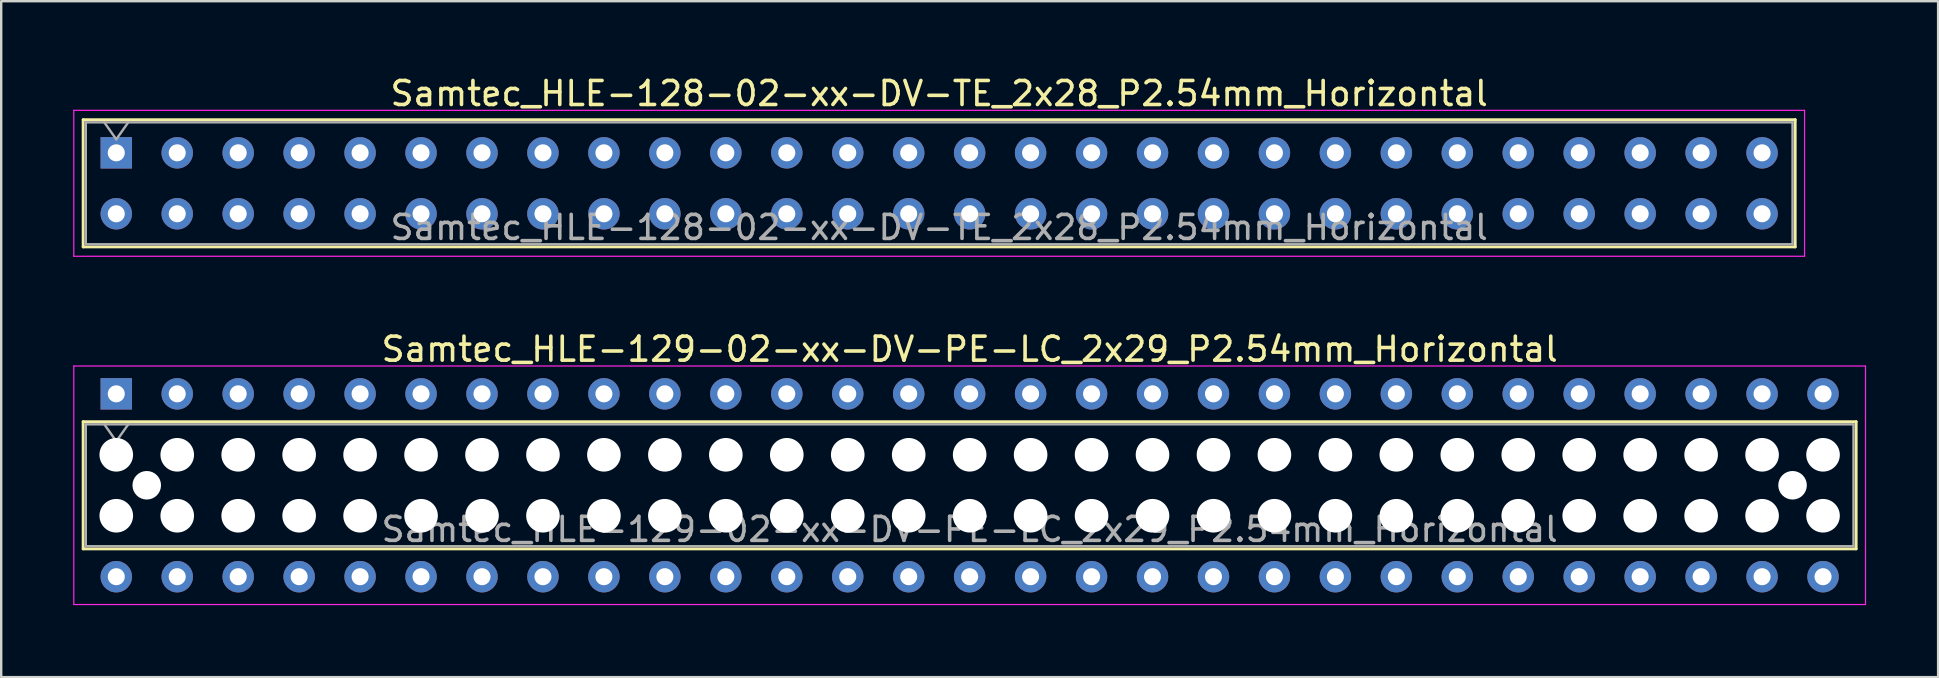
<source format=kicad_pcb>
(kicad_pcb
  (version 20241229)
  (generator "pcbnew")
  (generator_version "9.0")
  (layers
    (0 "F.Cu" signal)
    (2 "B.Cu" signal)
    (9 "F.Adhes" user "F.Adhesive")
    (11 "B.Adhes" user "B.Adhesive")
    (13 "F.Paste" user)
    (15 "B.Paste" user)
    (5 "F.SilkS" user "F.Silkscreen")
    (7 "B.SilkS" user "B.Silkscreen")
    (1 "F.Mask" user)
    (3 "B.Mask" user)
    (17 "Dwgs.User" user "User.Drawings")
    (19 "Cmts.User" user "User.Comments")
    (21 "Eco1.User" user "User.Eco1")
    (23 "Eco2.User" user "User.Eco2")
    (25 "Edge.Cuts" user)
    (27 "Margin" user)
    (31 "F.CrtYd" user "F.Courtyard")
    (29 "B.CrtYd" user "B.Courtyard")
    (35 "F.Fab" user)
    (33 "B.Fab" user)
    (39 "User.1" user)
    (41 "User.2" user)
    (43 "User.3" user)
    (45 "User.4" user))
  (footprint "Samtec_HLE-128-02-xx-DV-TE_2x28_P2.54mm_Horizontal"
    (layer "F.Cu")
    (at 1.795 3.318)
    (property "Reference" "Samtec_HLE-128-02-xx-DV-TE_2x28_P2.54mm_Horizontal" (at 34.29 -2.47 0) (layer "F.SilkS") (effects (font (size 1 1) (thickness 0.15))))
    (attr through_hole)
    (fp_line (start -1.38 -1.38) (end 69.96 -1.38) (stroke (width 0.12) (type solid)) (layer "F.SilkS"))
    (fp_line (start -1.38 3.92) (end -1.38 -1.38) (stroke (width 0.12) (type solid)) (layer "F.SilkS"))
    (fp_line (start 69.96 -1.38) (end 69.96 3.92) (stroke (width 0.12) (type solid)) (layer "F.SilkS"))
    (fp_line (start 69.96 3.92) (end -1.38 3.92) (stroke (width 0.12) (type solid)) (layer "F.SilkS"))
    (fp_line (start -1.77 -1.77) (end 70.35 -1.77) (stroke (width 0.05) (type solid)) (layer "F.CrtYd"))
    (fp_line (start -1.77 4.31) (end -1.77 -1.77) (stroke (width 0.05) (type solid)) (layer "F.CrtYd"))
    (fp_line (start 70.35 -1.77) (end 70.35 4.31) (stroke (width 0.05) (type solid)) (layer "F.CrtYd"))
    (fp_line (start 70.35 4.31) (end -1.77 4.31) (stroke (width 0.05) (type solid)) (layer "F.CrtYd"))
    (fp_line (start -1.27 -1.27) (end 69.85 -1.27) (stroke (width 0.1) (type solid)) (layer "F.Fab"))
    (fp_line (start -1.27 3.81) (end -1.27 -1.27) (stroke (width 0.1) (type solid)) (layer "F.Fab"))
    (fp_line (start -0.5 -1.27) (end 0 -0.563) (stroke (width 0.1) (type solid)) (layer "F.Fab"))
    (fp_line (start 0 -0.563) (end 0.5 -1.27) (stroke (width 0.1) (type solid)) (layer "F.Fab"))
    (fp_line (start 69.85 -1.27) (end 69.85 3.81) (stroke (width 0.1) (type solid)) (layer "F.Fab"))
    (fp_line (start 69.85 3.81) (end -1.27 3.81) (stroke (width 0.1) (type solid)) (layer "F.Fab"))
    (fp_text user "${REFERENCE}" (at 34.29 3.11 0) (layer "F.Fab") (effects (font (size 1 1) (thickness 0.15))))
    (pad "1" thru_hole rect (at 0 0) (size 1.31 1.31) (drill 0.71) (layers "*.Cu" "*.Mask"))
    (pad "2" thru_hole circle (at 0 2.54) (size 1.31 1.31) (drill 0.71) (layers "*.Cu" "*.Mask"))
    (pad "3" thru_hole circle (at 2.54 0) (size 1.31 1.31) (drill 0.71) (layers "*.Cu" "*.Mask"))
    (pad "4" thru_hole circle (at 2.54 2.54) (size 1.31 1.31) (drill 0.71) (layers "*.Cu" "*.Mask"))
    (pad "5" thru_hole circle (at 5.08 0) (size 1.31 1.31) (drill 0.71) (layers "*.Cu" "*.Mask"))
    (pad "6" thru_hole circle (at 5.08 2.54) (size 1.31 1.31) (drill 0.71) (layers "*.Cu" "*.Mask"))
    (pad "7" thru_hole circle (at 7.62 0) (size 1.31 1.31) (drill 0.71) (layers "*.Cu" "*.Mask"))
    (pad "8" thru_hole circle (at 7.62 2.54) (size 1.31 1.31) (drill 0.71) (layers "*.Cu" "*.Mask"))
    (pad "9" thru_hole circle (at 10.16 0) (size 1.31 1.31) (drill 0.71) (layers "*.Cu" "*.Mask"))
    (pad "10" thru_hole circle (at 10.16 2.54) (size 1.31 1.31) (drill 0.71) (layers "*.Cu" "*.Mask"))
    (pad "11" thru_hole circle (at 12.7 0) (size 1.31 1.31) (drill 0.71) (layers "*.Cu" "*.Mask"))
    (pad "12" thru_hole circle (at 12.7 2.54) (size 1.31 1.31) (drill 0.71) (layers "*.Cu" "*.Mask"))
    (pad "13" thru_hole circle (at 15.24 0) (size 1.31 1.31) (drill 0.71) (layers "*.Cu" "*.Mask"))
    (pad "14" thru_hole circle (at 15.24 2.54) (size 1.31 1.31) (drill 0.71) (layers "*.Cu" "*.Mask"))
    (pad "15" thru_hole circle (at 17.78 0) (size 1.31 1.31) (drill 0.71) (layers "*.Cu" "*.Mask"))
    (pad "16" thru_hole circle (at 17.78 2.54) (size 1.31 1.31) (drill 0.71) (layers "*.Cu" "*.Mask"))
    (pad "17" thru_hole circle (at 20.32 0) (size 1.31 1.31) (drill 0.71) (layers "*.Cu" "*.Mask"))
    (pad "18" thru_hole circle (at 20.32 2.54) (size 1.31 1.31) (drill 0.71) (layers "*.Cu" "*.Mask"))
    (pad "19" thru_hole circle (at 22.86 0) (size 1.31 1.31) (drill 0.71) (layers "*.Cu" "*.Mask"))
    (pad "20" thru_hole circle (at 22.86 2.54) (size 1.31 1.31) (drill 0.71) (layers "*.Cu" "*.Mask"))
    (pad "21" thru_hole circle (at 25.4 0) (size 1.31 1.31) (drill 0.71) (layers "*.Cu" "*.Mask"))
    (pad "22" thru_hole circle (at 25.4 2.54) (size 1.31 1.31) (drill 0.71) (layers "*.Cu" "*.Mask"))
    (pad "23" thru_hole circle (at 27.94 0) (size 1.31 1.31) (drill 0.71) (layers "*.Cu" "*.Mask"))
    (pad "24" thru_hole circle (at 27.94 2.54) (size 1.31 1.31) (drill 0.71) (layers "*.Cu" "*.Mask"))
    (pad "25" thru_hole circle (at 30.48 0) (size 1.31 1.31) (drill 0.71) (layers "*.Cu" "*.Mask"))
    (pad "26" thru_hole circle (at 30.48 2.54) (size 1.31 1.31) (drill 0.71) (layers "*.Cu" "*.Mask"))
    (pad "27" thru_hole circle (at 33.02 0) (size 1.31 1.31) (drill 0.71) (layers "*.Cu" "*.Mask"))
    (pad "28" thru_hole circle (at 33.02 2.54) (size 1.31 1.31) (drill 0.71) (layers "*.Cu" "*.Mask"))
    (pad "29" thru_hole circle (at 35.56 0) (size 1.31 1.31) (drill 0.71) (layers "*.Cu" "*.Mask"))
    (pad "30" thru_hole circle (at 35.56 2.54) (size 1.31 1.31) (drill 0.71) (layers "*.Cu" "*.Mask"))
    (pad "31" thru_hole circle (at 38.1 0) (size 1.31 1.31) (drill 0.71) (layers "*.Cu" "*.Mask"))
    (pad "32" thru_hole circle (at 38.1 2.54) (size 1.31 1.31) (drill 0.71) (layers "*.Cu" "*.Mask"))
    (pad "33" thru_hole circle (at 40.64 0) (size 1.31 1.31) (drill 0.71) (layers "*.Cu" "*.Mask"))
    (pad "34" thru_hole circle (at 40.64 2.54) (size 1.31 1.31) (drill 0.71) (layers "*.Cu" "*.Mask"))
    (pad "35" thru_hole circle (at 43.18 0) (size 1.31 1.31) (drill 0.71) (layers "*.Cu" "*.Mask"))
    (pad "36" thru_hole circle (at 43.18 2.54) (size 1.31 1.31) (drill 0.71) (layers "*.Cu" "*.Mask"))
    (pad "37" thru_hole circle (at 45.72 0) (size 1.31 1.31) (drill 0.71) (layers "*.Cu" "*.Mask"))
    (pad "38" thru_hole circle (at 45.72 2.54) (size 1.31 1.31) (drill 0.71) (layers "*.Cu" "*.Mask"))
    (pad "39" thru_hole circle (at 48.26 0) (size 1.31 1.31) (drill 0.71) (layers "*.Cu" "*.Mask"))
    (pad "40" thru_hole circle (at 48.26 2.54) (size 1.31 1.31) (drill 0.71) (layers "*.Cu" "*.Mask"))
    (pad "41" thru_hole circle (at 50.8 0) (size 1.31 1.31) (drill 0.71) (layers "*.Cu" "*.Mask"))
    (pad "42" thru_hole circle (at 50.8 2.54) (size 1.31 1.31) (drill 0.71) (layers "*.Cu" "*.Mask"))
    (pad "43" thru_hole circle (at 53.34 0) (size 1.31 1.31) (drill 0.71) (layers "*.Cu" "*.Mask"))
    (pad "44" thru_hole circle (at 53.34 2.54) (size 1.31 1.31) (drill 0.71) (layers "*.Cu" "*.Mask"))
    (pad "45" thru_hole circle (at 55.88 0) (size 1.31 1.31) (drill 0.71) (layers "*.Cu" "*.Mask"))
    (pad "46" thru_hole circle (at 55.88 2.54) (size 1.31 1.31) (drill 0.71) (layers "*.Cu" "*.Mask"))
    (pad "47" thru_hole circle (at 58.42 0) (size 1.31 1.31) (drill 0.71) (layers "*.Cu" "*.Mask"))
    (pad "48" thru_hole circle (at 58.42 2.54) (size 1.31 1.31) (drill 0.71) (layers "*.Cu" "*.Mask"))
    (pad "49" thru_hole circle (at 60.96 0) (size 1.31 1.31) (drill 0.71) (layers "*.Cu" "*.Mask"))
    (pad "50" thru_hole circle (at 60.96 2.54) (size 1.31 1.31) (drill 0.71) (layers "*.Cu" "*.Mask"))
    (pad "51" thru_hole circle (at 63.5 0) (size 1.31 1.31) (drill 0.71) (layers "*.Cu" "*.Mask"))
    (pad "52" thru_hole circle (at 63.5 2.54) (size 1.31 1.31) (drill 0.71) (layers "*.Cu" "*.Mask"))
    (pad "53" thru_hole circle (at 66.04 0) (size 1.31 1.31) (drill 0.71) (layers "*.Cu" "*.Mask"))
    (pad "54" thru_hole circle (at 66.04 2.54) (size 1.31 1.31) (drill 0.71) (layers "*.Cu" "*.Mask"))
    (pad "55" thru_hole circle (at 68.58 0) (size 1.31 1.31) (drill 0.71) (layers "*.Cu" "*.Mask"))
    (pad "56" thru_hole circle (at 68.58 2.54) (size 1.31 1.31) (drill 0.71) (layers "*.Cu" "*.Mask")))
  (footprint "Samtec_HLE-129-02-xx-DV-PE-LC_2x29_P2.54mm_Horizontal"
    (layer "F.Cu")
    (at 1.795 13.361)
    (property "Reference" "Samtec_HLE-129-02-xx-DV-PE-LC_2x29_P2.54mm_Horizontal" (at 35.56 -1.86 0) (layer "F.SilkS") (effects (font (size 1 1) (thickness 0.15))))
    (attr through_hole)
    (fp_line (start -1.38 1.16) (end 72.5 1.16) (stroke (width 0.12) (type solid)) (layer "F.SilkS"))
    (fp_line (start -1.38 6.46) (end -1.38 1.16) (stroke (width 0.12) (type solid)) (layer "F.SilkS"))
    (fp_line (start 72.5 1.16) (end 72.5 6.46) (stroke (width 0.12) (type solid)) (layer "F.SilkS"))
    (fp_line (start 72.5 6.46) (end -1.38 6.46) (stroke (width 0.12) (type solid)) (layer "F.SilkS"))
    (fp_line (start -1.77 -1.16) (end 72.89 -1.16) (stroke (width 0.05) (type solid)) (layer "F.CrtYd"))
    (fp_line (start -1.77 8.78) (end -1.77 -1.16) (stroke (width 0.05) (type solid)) (layer "F.CrtYd"))
    (fp_line (start 72.89 -1.16) (end 72.89 8.78) (stroke (width 0.05) (type solid)) (layer "F.CrtYd"))
    (fp_line (start 72.89 8.78) (end -1.77 8.78) (stroke (width 0.05) (type solid)) (layer "F.CrtYd"))
    (fp_line (start -1.27 1.27) (end 72.39 1.27) (stroke (width 0.1) (type solid)) (layer "F.Fab"))
    (fp_line (start -1.27 6.35) (end -1.27 1.27) (stroke (width 0.1) (type solid)) (layer "F.Fab"))
    (fp_line (start -0.5 1.27) (end 0 1.977) (stroke (width 0.1) (type solid)) (layer "F.Fab"))
    (fp_line (start 0 1.977) (end 0.5 1.27) (stroke (width 0.1) (type solid)) (layer "F.Fab"))
    (fp_line (start 72.39 1.27) (end 72.39 6.35) (stroke (width 0.1) (type solid)) (layer "F.Fab"))
    (fp_line (start 72.39 6.35) (end -1.27 6.35) (stroke (width 0.1) (type solid)) (layer "F.Fab"))
    (fp_text user "${REFERENCE}" (at 35.56 5.65 0) (layer "F.Fab") (effects (font (size 1 1) (thickness 0.15))))
    (pad "" np_thru_hole circle (at 0 2.54) (size 1.4 1.4) (drill 1.4) (layers "*.Cu" "*.Mask"))
    (pad "" np_thru_hole circle (at 0 5.08) (size 1.4 1.4) (drill 1.4) (layers "*.Cu" "*.Mask"))
    (pad "" np_thru_hole circle (at 1.27 3.81) (size 1.19 1.19) (drill 1.19) (layers "*.Cu" "*.Mask"))
    (pad "" np_thru_hole circle (at 2.54 2.54) (size 1.4 1.4) (drill 1.4) (layers "*.Cu" "*.Mask"))
    (pad "" np_thru_hole circle (at 2.54 5.08) (size 1.4 1.4) (drill 1.4) (layers "*.Cu" "*.Mask"))
    (pad "" np_thru_hole circle (at 5.08 2.54) (size 1.4 1.4) (drill 1.4) (layers "*.Cu" "*.Mask"))
    (pad "" np_thru_hole circle (at 5.08 5.08) (size 1.4 1.4) (drill 1.4) (layers "*.Cu" "*.Mask"))
    (pad "" np_thru_hole circle (at 7.62 2.54) (size 1.4 1.4) (drill 1.4) (layers "*.Cu" "*.Mask"))
    (pad "" np_thru_hole circle (at 7.62 5.08) (size 1.4 1.4) (drill 1.4) (layers "*.Cu" "*.Mask"))
    (pad "" np_thru_hole circle (at 10.16 2.54) (size 1.4 1.4) (drill 1.4) (layers "*.Cu" "*.Mask"))
    (pad "" np_thru_hole circle (at 10.16 5.08) (size 1.4 1.4) (drill 1.4) (layers "*.Cu" "*.Mask"))
    (pad "" np_thru_hole circle (at 12.7 2.54) (size 1.4 1.4) (drill 1.4) (layers "*.Cu" "*.Mask"))
    (pad "" np_thru_hole circle (at 12.7 5.08) (size 1.4 1.4) (drill 1.4) (layers "*.Cu" "*.Mask"))
    (pad "" np_thru_hole circle (at 15.24 2.54) (size 1.4 1.4) (drill 1.4) (layers "*.Cu" "*.Mask"))
    (pad "" np_thru_hole circle (at 15.24 5.08) (size 1.4 1.4) (drill 1.4) (layers "*.Cu" "*.Mask"))
    (pad "" np_thru_hole circle (at 17.78 2.54) (size 1.4 1.4) (drill 1.4) (layers "*.Cu" "*.Mask"))
    (pad "" np_thru_hole circle (at 17.78 5.08) (size 1.4 1.4) (drill 1.4) (layers "*.Cu" "*.Mask"))
    (pad "" np_thru_hole circle (at 20.32 2.54) (size 1.4 1.4) (drill 1.4) (layers "*.Cu" "*.Mask"))
    (pad "" np_thru_hole circle (at 20.32 5.08) (size 1.4 1.4) (drill 1.4) (layers "*.Cu" "*.Mask"))
    (pad "" np_thru_hole circle (at 22.86 2.54) (size 1.4 1.4) (drill 1.4) (layers "*.Cu" "*.Mask"))
    (pad "" np_thru_hole circle (at 22.86 5.08) (size 1.4 1.4) (drill 1.4) (layers "*.Cu" "*.Mask"))
    (pad "" np_thru_hole circle (at 25.4 2.54) (size 1.4 1.4) (drill 1.4) (layers "*.Cu" "*.Mask"))
    (pad "" np_thru_hole circle (at 25.4 5.08) (size 1.4 1.4) (drill 1.4) (layers "*.Cu" "*.Mask"))
    (pad "" np_thru_hole circle (at 27.94 2.54) (size 1.4 1.4) (drill 1.4) (layers "*.Cu" "*.Mask"))
    (pad "" np_thru_hole circle (at 27.94 5.08) (size 1.4 1.4) (drill 1.4) (layers "*.Cu" "*.Mask"))
    (pad "" np_thru_hole circle (at 30.48 2.54) (size 1.4 1.4) (drill 1.4) (layers "*.Cu" "*.Mask"))
    (pad "" np_thru_hole circle (at 30.48 5.08) (size 1.4 1.4) (drill 1.4) (layers "*.Cu" "*.Mask"))
    (pad "" np_thru_hole circle (at 33.02 2.54) (size 1.4 1.4) (drill 1.4) (layers "*.Cu" "*.Mask"))
    (pad "" np_thru_hole circle (at 33.02 5.08) (size 1.4 1.4) (drill 1.4) (layers "*.Cu" "*.Mask"))
    (pad "" np_thru_hole circle (at 35.56 2.54) (size 1.4 1.4) (drill 1.4) (layers "*.Cu" "*.Mask"))
    (pad "" np_thru_hole circle (at 35.56 5.08) (size 1.4 1.4) (drill 1.4) (layers "*.Cu" "*.Mask"))
    (pad "" np_thru_hole circle (at 38.1 2.54) (size 1.4 1.4) (drill 1.4) (layers "*.Cu" "*.Mask"))
    (pad "" np_thru_hole circle (at 38.1 5.08) (size 1.4 1.4) (drill 1.4) (layers "*.Cu" "*.Mask"))
    (pad "" np_thru_hole circle (at 40.64 2.54) (size 1.4 1.4) (drill 1.4) (layers "*.Cu" "*.Mask"))
    (pad "" np_thru_hole circle (at 40.64 5.08) (size 1.4 1.4) (drill 1.4) (layers "*.Cu" "*.Mask"))
    (pad "" np_thru_hole circle (at 43.18 2.54) (size 1.4 1.4) (drill 1.4) (layers "*.Cu" "*.Mask"))
    (pad "" np_thru_hole circle (at 43.18 5.08) (size 1.4 1.4) (drill 1.4) (layers "*.Cu" "*.Mask"))
    (pad "" np_thru_hole circle (at 45.72 2.54) (size 1.4 1.4) (drill 1.4) (layers "*.Cu" "*.Mask"))
    (pad "" np_thru_hole circle (at 45.72 5.08) (size 1.4 1.4) (drill 1.4) (layers "*.Cu" "*.Mask"))
    (pad "" np_thru_hole circle (at 48.26 2.54) (size 1.4 1.4) (drill 1.4) (layers "*.Cu" "*.Mask"))
    (pad "" np_thru_hole circle (at 48.26 5.08) (size 1.4 1.4) (drill 1.4) (layers "*.Cu" "*.Mask"))
    (pad "" np_thru_hole circle (at 50.8 2.54) (size 1.4 1.4) (drill 1.4) (layers "*.Cu" "*.Mask"))
    (pad "" np_thru_hole circle (at 50.8 5.08) (size 1.4 1.4) (drill 1.4) (layers "*.Cu" "*.Mask"))
    (pad "" np_thru_hole circle (at 53.34 2.54) (size 1.4 1.4) (drill 1.4) (layers "*.Cu" "*.Mask"))
    (pad "" np_thru_hole circle (at 53.34 5.08) (size 1.4 1.4) (drill 1.4) (layers "*.Cu" "*.Mask"))
    (pad "" np_thru_hole circle (at 55.88 2.54) (size 1.4 1.4) (drill 1.4) (layers "*.Cu" "*.Mask"))
    (pad "" np_thru_hole circle (at 55.88 5.08) (size 1.4 1.4) (drill 1.4) (layers "*.Cu" "*.Mask"))
    (pad "" np_thru_hole circle (at 58.42 2.54) (size 1.4 1.4) (drill 1.4) (layers "*.Cu" "*.Mask"))
    (pad "" np_thru_hole circle (at 58.42 5.08) (size 1.4 1.4) (drill 1.4) (layers "*.Cu" "*.Mask"))
    (pad "" np_thru_hole circle (at 60.96 2.54) (size 1.4 1.4) (drill 1.4) (layers "*.Cu" "*.Mask"))
    (pad "" np_thru_hole circle (at 60.96 5.08) (size 1.4 1.4) (drill 1.4) (layers "*.Cu" "*.Mask"))
    (pad "" np_thru_hole circle (at 63.5 2.54) (size 1.4 1.4) (drill 1.4) (layers "*.Cu" "*.Mask"))
    (pad "" np_thru_hole circle (at 63.5 5.08) (size 1.4 1.4) (drill 1.4) (layers "*.Cu" "*.Mask"))
    (pad "" np_thru_hole circle (at 66.04 2.54) (size 1.4 1.4) (drill 1.4) (layers "*.Cu" "*.Mask"))
    (pad "" np_thru_hole circle (at 66.04 5.08) (size 1.4 1.4) (drill 1.4) (layers "*.Cu" "*.Mask"))
    (pad "" np_thru_hole circle (at 68.58 2.54) (size 1.4 1.4) (drill 1.4) (layers "*.Cu" "*.Mask"))
    (pad "" np_thru_hole circle (at 68.58 5.08) (size 1.4 1.4) (drill 1.4) (layers "*.Cu" "*.Mask"))
    (pad "" np_thru_hole circle (at 69.85 3.81) (size 1.19 1.19) (drill 1.19) (layers "*.Cu" "*.Mask"))
    (pad "" np_thru_hole circle (at 71.12 2.54) (size 1.4 1.4) (drill 1.4) (layers "*.Cu" "*.Mask"))
    (pad "" np_thru_hole circle (at 71.12 5.08) (size 1.4 1.4) (drill 1.4) (layers "*.Cu" "*.Mask"))
    (pad "1" thru_hole rect (at 0 0) (size 1.31 1.31) (drill 0.71) (layers "*.Cu" "*.Mask"))
    (pad "2" thru_hole circle (at 0 7.62) (size 1.31 1.31) (drill 0.71) (layers "*.Cu" "*.Mask"))
    (pad "3" thru_hole circle (at 2.54 0) (size 1.31 1.31) (drill 0.71) (layers "*.Cu" "*.Mask"))
    (pad "4" thru_hole circle (at 2.54 7.62) (size 1.31 1.31) (drill 0.71) (layers "*.Cu" "*.Mask"))
    (pad "5" thru_hole circle (at 5.08 0) (size 1.31 1.31) (drill 0.71) (layers "*.Cu" "*.Mask"))
    (pad "6" thru_hole circle (at 5.08 7.62) (size 1.31 1.31) (drill 0.71) (layers "*.Cu" "*.Mask"))
    (pad "7" thru_hole circle (at 7.62 0) (size 1.31 1.31) (drill 0.71) (layers "*.Cu" "*.Mask"))
    (pad "8" thru_hole circle (at 7.62 7.62) (size 1.31 1.31) (drill 0.71) (layers "*.Cu" "*.Mask"))
    (pad "9" thru_hole circle (at 10.16 0) (size 1.31 1.31) (drill 0.71) (layers "*.Cu" "*.Mask"))
    (pad "10" thru_hole circle (at 10.16 7.62) (size 1.31 1.31) (drill 0.71) (layers "*.Cu" "*.Mask"))
    (pad "11" thru_hole circle (at 12.7 0) (size 1.31 1.31) (drill 0.71) (layers "*.Cu" "*.Mask"))
    (pad "12" thru_hole circle (at 12.7 7.62) (size 1.31 1.31) (drill 0.71) (layers "*.Cu" "*.Mask"))
    (pad "13" thru_hole circle (at 15.24 0) (size 1.31 1.31) (drill 0.71) (layers "*.Cu" "*.Mask"))
    (pad "14" thru_hole circle (at 15.24 7.62) (size 1.31 1.31) (drill 0.71) (layers "*.Cu" "*.Mask"))
    (pad "15" thru_hole circle (at 17.78 0) (size 1.31 1.31) (drill 0.71) (layers "*.Cu" "*.Mask"))
    (pad "16" thru_hole circle (at 17.78 7.62) (size 1.31 1.31) (drill 0.71) (layers "*.Cu" "*.Mask"))
    (pad "17" thru_hole circle (at 20.32 0) (size 1.31 1.31) (drill 0.71) (layers "*.Cu" "*.Mask"))
    (pad "18" thru_hole circle (at 20.32 7.62) (size 1.31 1.31) (drill 0.71) (layers "*.Cu" "*.Mask"))
    (pad "19" thru_hole circle (at 22.86 0) (size 1.31 1.31) (drill 0.71) (layers "*.Cu" "*.Mask"))
    (pad "20" thru_hole circle (at 22.86 7.62) (size 1.31 1.31) (drill 0.71) (layers "*.Cu" "*.Mask"))
    (pad "21" thru_hole circle (at 25.4 0) (size 1.31 1.31) (drill 0.71) (layers "*.Cu" "*.Mask"))
    (pad "22" thru_hole circle (at 25.4 7.62) (size 1.31 1.31) (drill 0.71) (layers "*.Cu" "*.Mask"))
    (pad "23" thru_hole circle (at 27.94 0) (size 1.31 1.31) (drill 0.71) (layers "*.Cu" "*.Mask"))
    (pad "24" thru_hole circle (at 27.94 7.62) (size 1.31 1.31) (drill 0.71) (layers "*.Cu" "*.Mask"))
    (pad "25" thru_hole circle (at 30.48 0) (size 1.31 1.31) (drill 0.71) (layers "*.Cu" "*.Mask"))
    (pad "26" thru_hole circle (at 30.48 7.62) (size 1.31 1.31) (drill 0.71) (layers "*.Cu" "*.Mask"))
    (pad "27" thru_hole circle (at 33.02 0) (size 1.31 1.31) (drill 0.71) (layers "*.Cu" "*.Mask"))
    (pad "28" thru_hole circle (at 33.02 7.62) (size 1.31 1.31) (drill 0.71) (layers "*.Cu" "*.Mask"))
    (pad "29" thru_hole circle (at 35.56 0) (size 1.31 1.31) (drill 0.71) (layers "*.Cu" "*.Mask"))
    (pad "30" thru_hole circle (at 35.56 7.62) (size 1.31 1.31) (drill 0.71) (layers "*.Cu" "*.Mask"))
    (pad "31" thru_hole circle (at 38.1 0) (size 1.31 1.31) (drill 0.71) (layers "*.Cu" "*.Mask"))
    (pad "32" thru_hole circle (at 38.1 7.62) (size 1.31 1.31) (drill 0.71) (layers "*.Cu" "*.Mask"))
    (pad "33" thru_hole circle (at 40.64 0) (size 1.31 1.31) (drill 0.71) (layers "*.Cu" "*.Mask"))
    (pad "34" thru_hole circle (at 40.64 7.62) (size 1.31 1.31) (drill 0.71) (layers "*.Cu" "*.Mask"))
    (pad "35" thru_hole circle (at 43.18 0) (size 1.31 1.31) (drill 0.71) (layers "*.Cu" "*.Mask"))
    (pad "36" thru_hole circle (at 43.18 7.62) (size 1.31 1.31) (drill 0.71) (layers "*.Cu" "*.Mask"))
    (pad "37" thru_hole circle (at 45.72 0) (size 1.31 1.31) (drill 0.71) (layers "*.Cu" "*.Mask"))
    (pad "38" thru_hole circle (at 45.72 7.62) (size 1.31 1.31) (drill 0.71) (layers "*.Cu" "*.Mask"))
    (pad "39" thru_hole circle (at 48.26 0) (size 1.31 1.31) (drill 0.71) (layers "*.Cu" "*.Mask"))
    (pad "40" thru_hole circle (at 48.26 7.62) (size 1.31 1.31) (drill 0.71) (layers "*.Cu" "*.Mask"))
    (pad "41" thru_hole circle (at 50.8 0) (size 1.31 1.31) (drill 0.71) (layers "*.Cu" "*.Mask"))
    (pad "42" thru_hole circle (at 50.8 7.62) (size 1.31 1.31) (drill 0.71) (layers "*.Cu" "*.Mask"))
    (pad "43" thru_hole circle (at 53.34 0) (size 1.31 1.31) (drill 0.71) (layers "*.Cu" "*.Mask"))
    (pad "44" thru_hole circle (at 53.34 7.62) (size 1.31 1.31) (drill 0.71) (layers "*.Cu" "*.Mask"))
    (pad "45" thru_hole circle (at 55.88 0) (size 1.31 1.31) (drill 0.71) (layers "*.Cu" "*.Mask"))
    (pad "46" thru_hole circle (at 55.88 7.62) (size 1.31 1.31) (drill 0.71) (layers "*.Cu" "*.Mask"))
    (pad "47" thru_hole circle (at 58.42 0) (size 1.31 1.31) (drill 0.71) (layers "*.Cu" "*.Mask"))
    (pad "48" thru_hole circle (at 58.42 7.62) (size 1.31 1.31) (drill 0.71) (layers "*.Cu" "*.Mask"))
    (pad "49" thru_hole circle (at 60.96 0) (size 1.31 1.31) (drill 0.71) (layers "*.Cu" "*.Mask"))
    (pad "50" thru_hole circle (at 60.96 7.62) (size 1.31 1.31) (drill 0.71) (layers "*.Cu" "*.Mask"))
    (pad "51" thru_hole circle (at 63.5 0) (size 1.31 1.31) (drill 0.71) (layers "*.Cu" "*.Mask"))
    (pad "52" thru_hole circle (at 63.5 7.62) (size 1.31 1.31) (drill 0.71) (layers "*.Cu" "*.Mask"))
    (pad "53" thru_hole circle (at 66.04 0) (size 1.31 1.31) (drill 0.71) (layers "*.Cu" "*.Mask"))
    (pad "54" thru_hole circle (at 66.04 7.62) (size 1.31 1.31) (drill 0.71) (layers "*.Cu" "*.Mask"))
    (pad "55" thru_hole circle (at 68.58 0) (size 1.31 1.31) (drill 0.71) (layers "*.Cu" "*.Mask"))
    (pad "56" thru_hole circle (at 68.58 7.62) (size 1.31 1.31) (drill 0.71) (layers "*.Cu" "*.Mask"))
    (pad "57" thru_hole circle (at 71.12 0) (size 1.31 1.31) (drill 0.71) (layers "*.Cu" "*.Mask"))
    (pad "58" thru_hole circle (at 71.12 7.62) (size 1.31 1.31) (drill 0.71) (layers "*.Cu" "*.Mask")))
  (gr_rect
    (start -3 -3)
    (end 77.71 25.166)
    (stroke (width 0.1) (type default))
    (fill no)
    (layer "Edge.Cuts")))
</source>
